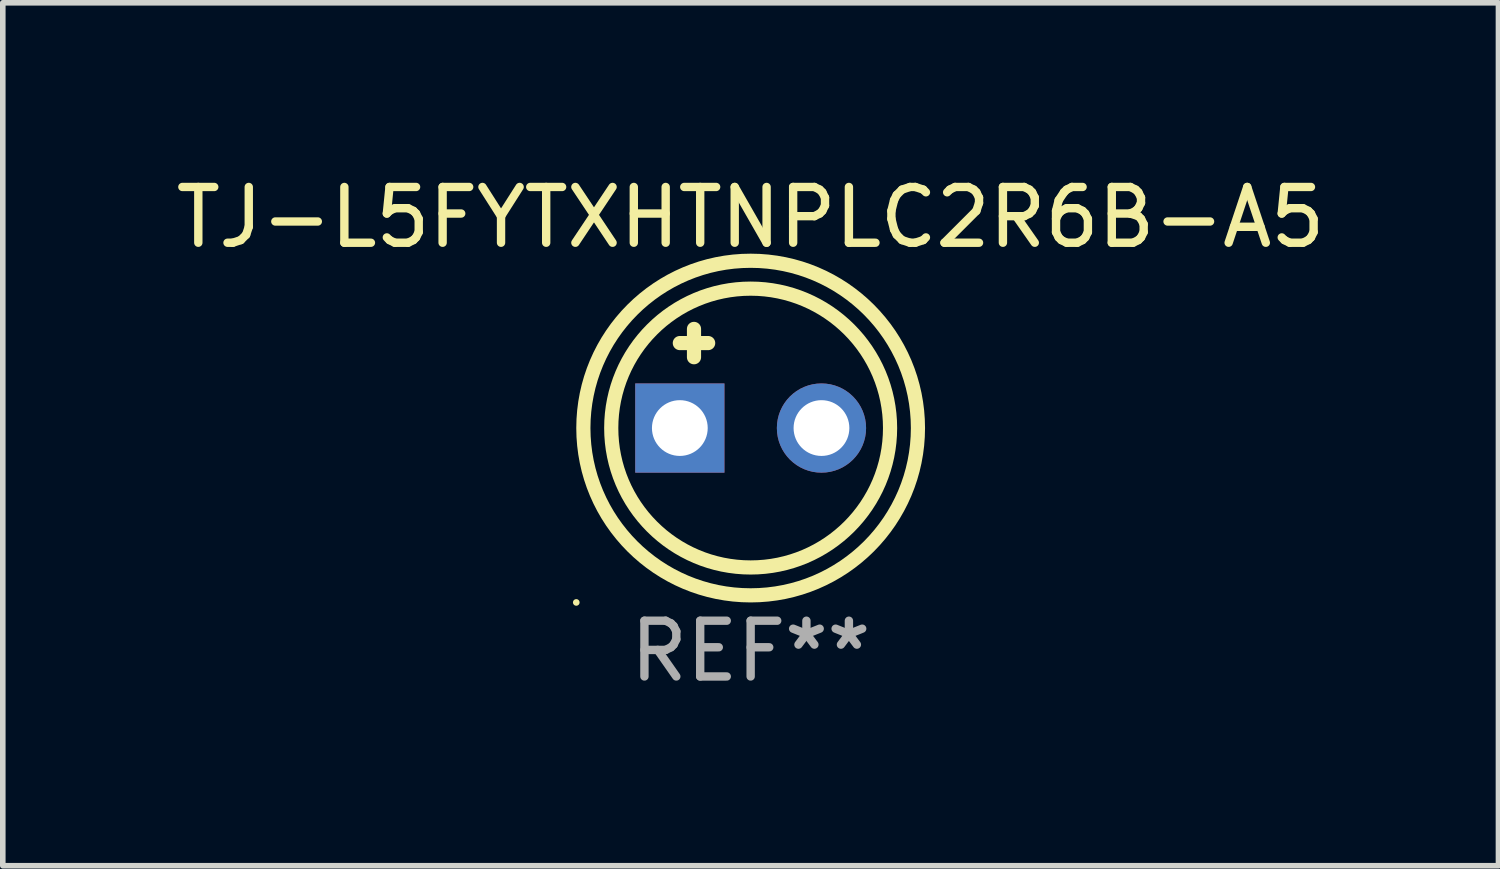
<source format=kicad_pcb>
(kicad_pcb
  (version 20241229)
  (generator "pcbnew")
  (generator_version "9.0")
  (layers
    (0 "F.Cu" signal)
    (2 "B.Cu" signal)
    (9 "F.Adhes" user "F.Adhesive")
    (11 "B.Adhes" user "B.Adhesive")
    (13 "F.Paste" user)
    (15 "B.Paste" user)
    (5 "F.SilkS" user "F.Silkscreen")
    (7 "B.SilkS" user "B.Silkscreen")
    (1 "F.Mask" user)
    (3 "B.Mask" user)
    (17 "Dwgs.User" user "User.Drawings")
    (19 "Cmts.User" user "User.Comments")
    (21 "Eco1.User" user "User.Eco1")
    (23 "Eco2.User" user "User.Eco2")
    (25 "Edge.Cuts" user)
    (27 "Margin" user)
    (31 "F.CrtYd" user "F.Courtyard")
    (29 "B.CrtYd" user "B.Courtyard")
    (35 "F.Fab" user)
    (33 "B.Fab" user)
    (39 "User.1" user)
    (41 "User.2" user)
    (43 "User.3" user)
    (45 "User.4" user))
  (footprint "TJ-L5FYTXHTNPLC2R6B-A5"
    (layer "F.Cu")
    (at 10.411 3.737)
    (property "Reference" "TJ-L5FYTXHTNPLC2R6B-A5" (at 0 -2.889 0) (layer "F.SilkS") (effects (font (size 1 1) (thickness 0.15))))
    (attr through_hole)
    (fp_line (start -1.27 -0.635) (end -0.762 -0.635) (stroke (width 0.254) (type solid)) (layer "F.SilkS"))
    (fp_line (start -1.016 -0.889) (end -1.016 -0.381) (stroke (width 0.254) (type solid)) (layer "F.SilkS"))
    (fp_circle (center -3.127 4.016) (end -3.097 4.016) (stroke (width 0.06) (type solid)) (fill no) (layer "F.SilkS"))
    (fp_circle (center 0 0.889) (end 2.5 0.889) (stroke (width 0.254) (type solid)) (fill no) (layer "F.SilkS"))
    (fp_circle (center 0 0.889) (end 3 0.889) (stroke (width 0.254) (type solid)) (fill no) (layer "F.SilkS"))
    (fp_text user "REF**" (at 0 4.889 0) (layer "F.Fab") (effects (font (size 1 1) (thickness 0.15))))
    (pad "1" thru_hole rect (at -1.27 0.889) (size 1.6 1.6) (drill 1) (layers "*.Cu" "*.Mask"))
    (pad "2" thru_hole circle (at 1.27 0.889) (size 1.6 1.6) (drill 1) (layers "*.Cu" "*.Mask")))
  (gr_rect
    (start -3 -3)
    (end 23.821 12.475)
    (stroke (width 0.1) (type default))
    (fill no)
    (layer "Edge.Cuts")))
</source>
